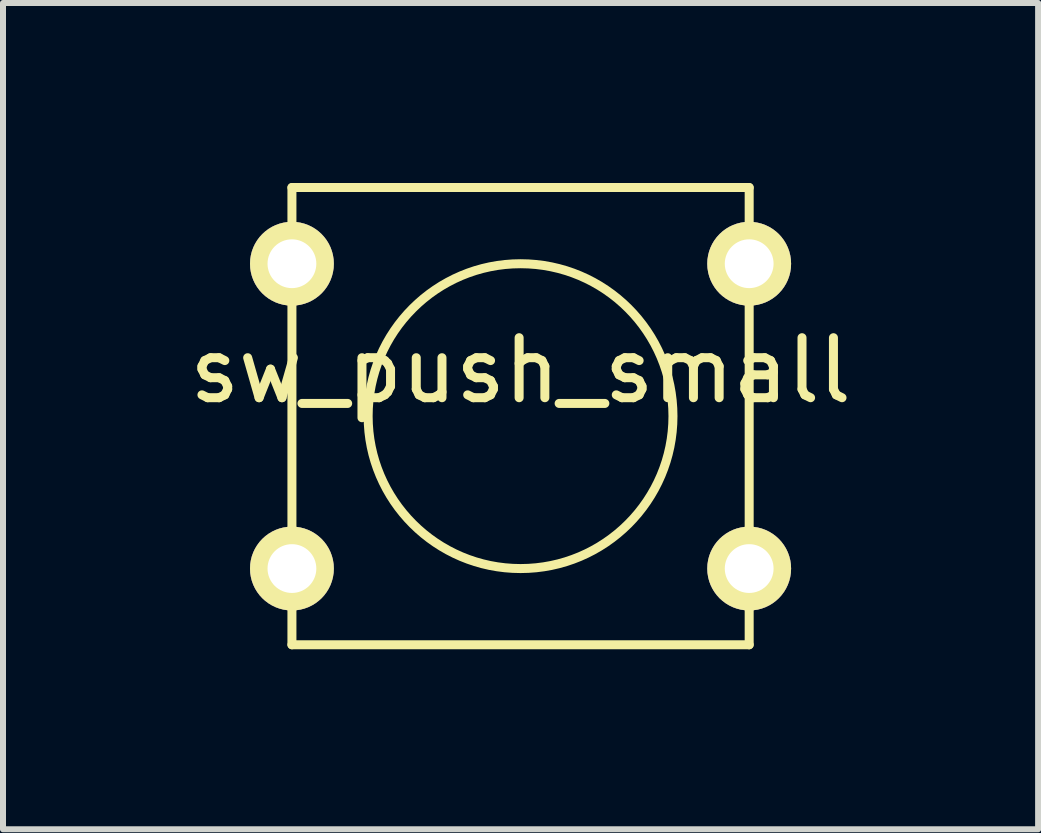
<source format=kicad_pcb>
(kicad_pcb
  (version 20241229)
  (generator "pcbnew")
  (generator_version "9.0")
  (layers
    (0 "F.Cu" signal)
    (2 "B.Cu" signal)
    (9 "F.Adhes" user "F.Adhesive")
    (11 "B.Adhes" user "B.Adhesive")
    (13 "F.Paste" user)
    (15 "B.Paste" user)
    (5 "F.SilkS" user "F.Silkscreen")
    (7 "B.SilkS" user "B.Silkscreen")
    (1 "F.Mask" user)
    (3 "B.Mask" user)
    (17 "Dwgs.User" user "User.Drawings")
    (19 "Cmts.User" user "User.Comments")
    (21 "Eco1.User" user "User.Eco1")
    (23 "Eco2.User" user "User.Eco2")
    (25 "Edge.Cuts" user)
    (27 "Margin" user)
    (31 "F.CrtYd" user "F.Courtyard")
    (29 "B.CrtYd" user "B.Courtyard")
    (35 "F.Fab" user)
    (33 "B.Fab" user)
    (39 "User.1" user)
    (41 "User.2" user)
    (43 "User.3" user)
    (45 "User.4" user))
  (footprint "sw_push_small"
    (layer "F.Cu")
    (at 5.625 3.885)
    (property "Reference" "sw_push_small" (at 0 -0.762 0) (layer "F.SilkS") (effects (font (size 1 1) (thickness 0.15))))
    (attr through_hole)
    (fp_line (start -3.81 -3.81) (end -3.81 3.81) (stroke (width 0.15) (type solid)) (layer "F.SilkS"))
    (fp_line (start -3.81 -3.81) (end 3.81 -3.81) (stroke (width 0.15) (type solid)) (layer "F.SilkS"))
    (fp_line (start 3.81 -3.81) (end 3.81 3.81) (stroke (width 0.15) (type solid)) (layer "F.SilkS"))
    (fp_line (start 3.81 3.81) (end -3.81 3.81) (stroke (width 0.15) (type solid)) (layer "F.SilkS"))
    (fp_circle (center 0 0) (end 0 -2.54) (stroke (width 0.15) (type solid)) (fill no) (layer "F.SilkS"))
    (pad "1" thru_hole circle (at -3.81 -2.54) (size 1.397 1.397) (drill 0.813) (layers "*.Cu" "*.Mask" "F.SilkS"))
    (pad "2" thru_hole circle (at -3.81 2.54) (size 1.397 1.397) (drill 0.813) (layers "*.Cu" "*.Mask" "F.SilkS"))
    (pad "3" thru_hole circle (at 3.81 -2.54) (size 1.397 1.397) (drill 0.813) (layers "*.Cu" "*.Mask" "F.SilkS"))
    (pad "4" thru_hole circle (at 3.81 2.54) (size 1.397 1.397) (drill 0.813) (layers "*.Cu" "*.Mask" "F.SilkS")))
  (gr_rect
    (start -3 -3)
    (end 14.25 10.77)
    (stroke (width 0.1) (type default))
    (fill no)
    (layer "Edge.Cuts")))
</source>
